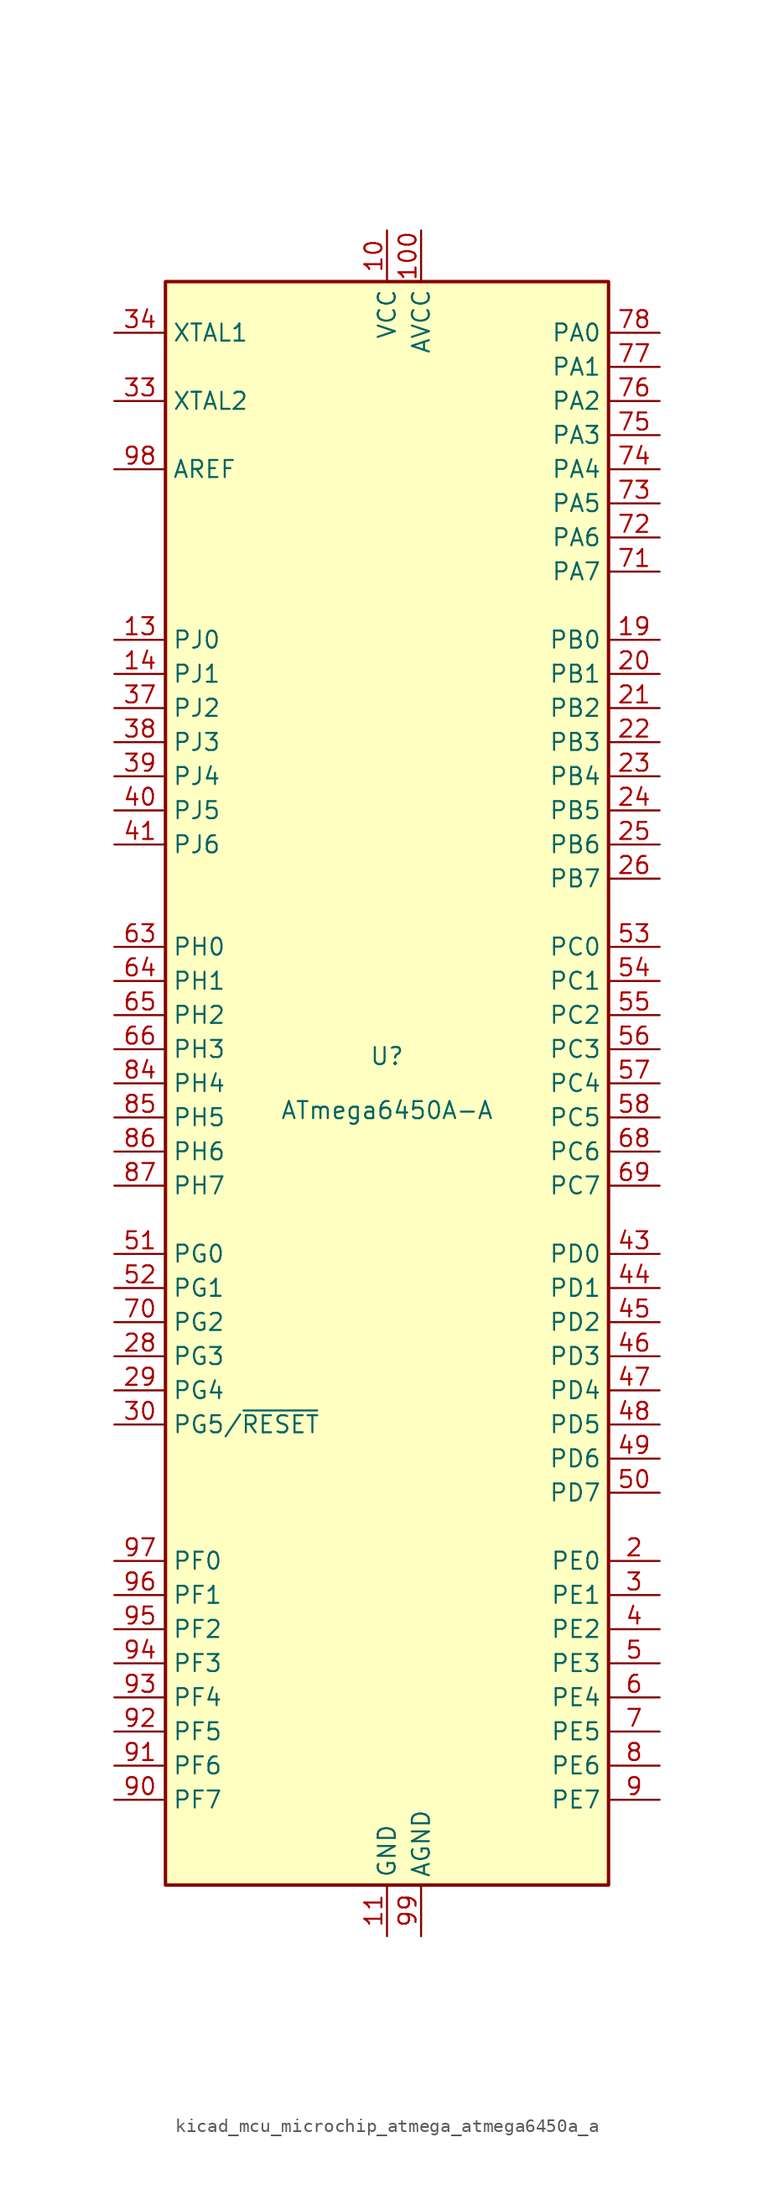
<source format=kicad_sym>
(kicad_symbol_lib
  (version 20220914)
  (generator kicad_symbol_editor)
  (symbol "kicad_mcu_microchip_atmega_atmega6450a_a"
    (property "Reference" "U"
      (at 0 1.27 0)
      (effects (font (size 1.27 1.27)) (justify bottom)))
    (property "Value" "ATmega6450A-A"
      (at 0 -1.27 0)
      (effects (font (size 1.27 1.27)) (justify top)))
    (symbol "kicad_mcu_microchip_atmega_atmega6450a_a_0_1"
      (rectangle (start -16.51 -59.69) (end 16.51 59.69) (stroke (width 0.254) (type default)) (fill (type background))))
    (symbol "kicad_mcu_microchip_atmega_atmega6450a_a_1_1"
      (pin no_connect line (at -15.24 40.64 0) (length 2.54) hide (name "NC" (effects (font (size 1.27 1.27)))) (number "1" (effects (font (size 1.27 1.27)))))
      (pin power_in line (at 0 63.5 270) (length 3.81) (name "VCC" (effects (font (size 1.27 1.27)))) (number "10" (effects (font (size 1.27 1.27)))))
      (pin power_in line (at 2.54 63.5 270) (length 3.81) (name "AVCC" (effects (font (size 1.27 1.27)))) (number "100" (effects (font (size 1.27 1.27)))))
      (pin power_in line (at 0 -63.5 90) (length 3.81) (name "GND" (effects (font (size 1.27 1.27)))) (number "11" (effects (font (size 1.27 1.27)))))
      (pin no_connect line (at -15.24 38.1 0) (length 2.54) hide (name "NC" (effects (font (size 1.27 1.27)))) (number "12" (effects (font (size 1.27 1.27)))))
      (pin bidirectional line (at -20.32 33.02 0) (length 3.81) (name "PJ0" (effects (font (size 1.27 1.27)))) (number "13" (effects (font (size 1.27 1.27)))))
      (pin bidirectional line (at -20.32 30.48 0) (length 3.81) (name "PJ1" (effects (font (size 1.27 1.27)))) (number "14" (effects (font (size 1.27 1.27)))))
      (pin no_connect line (at -15.24 35.56 0) (length 2.54) hide (name "NC" (effects (font (size 1.27 1.27)))) (number "15" (effects (font (size 1.27 1.27)))))
      (pin no_connect line (at -15.24 15.24 0) (length 2.54) hide (name "NC" (effects (font (size 1.27 1.27)))) (number "16" (effects (font (size 1.27 1.27)))))
      (pin no_connect line (at -15.24 12.7 0) (length 2.54) hide (name "NC" (effects (font (size 1.27 1.27)))) (number "17" (effects (font (size 1.27 1.27)))))
      (pin no_connect line (at -15.24 -10.16 0) (length 2.54) hide (name "NC" (effects (font (size 1.27 1.27)))) (number "18" (effects (font (size 1.27 1.27)))))
      (pin bidirectional line (at 20.32 33.02 180) (length 3.81) (name "PB0" (effects (font (size 1.27 1.27)))) (number "19" (effects (font (size 1.27 1.27)))))
      (pin bidirectional line (at 20.32 -35.56 180) (length 3.81) (name "PE0" (effects (font (size 1.27 1.27)))) (number "2" (effects (font (size 1.27 1.27)))))
      (pin bidirectional line (at 20.32 30.48 180) (length 3.81) (name "PB1" (effects (font (size 1.27 1.27)))) (number "20" (effects (font (size 1.27 1.27)))))
      (pin bidirectional line (at 20.32 27.94 180) (length 3.81) (name "PB2" (effects (font (size 1.27 1.27)))) (number "21" (effects (font (size 1.27 1.27)))))
      (pin bidirectional line (at 20.32 25.4 180) (length 3.81) (name "PB3" (effects (font (size 1.27 1.27)))) (number "22" (effects (font (size 1.27 1.27)))))
      (pin bidirectional line (at 20.32 22.86 180) (length 3.81) (name "PB4" (effects (font (size 1.27 1.27)))) (number "23" (effects (font (size 1.27 1.27)))))
      (pin bidirectional line (at 20.32 20.32 180) (length 3.81) (name "PB5" (effects (font (size 1.27 1.27)))) (number "24" (effects (font (size 1.27 1.27)))))
      (pin bidirectional line (at 20.32 17.78 180) (length 3.81) (name "PB6" (effects (font (size 1.27 1.27)))) (number "25" (effects (font (size 1.27 1.27)))))
      (pin bidirectional line (at 20.32 15.24 180) (length 3.81) (name "PB7" (effects (font (size 1.27 1.27)))) (number "26" (effects (font (size 1.27 1.27)))))
      (pin no_connect line (at -15.24 -27.94 0) (length 2.54) hide (name "NC" (effects (font (size 1.27 1.27)))) (number "27" (effects (font (size 1.27 1.27)))))
      (pin bidirectional line (at -20.32 -20.32 0) (length 3.81) (name "PG3" (effects (font (size 1.27 1.27)))) (number "28" (effects (font (size 1.27 1.27)))))
      (pin bidirectional line (at -20.32 -22.86 0) (length 3.81) (name "PG4" (effects (font (size 1.27 1.27)))) (number "29" (effects (font (size 1.27 1.27)))))
      (pin bidirectional line (at 20.32 -38.1 180) (length 3.81) (name "PE1" (effects (font (size 1.27 1.27)))) (number "3" (effects (font (size 1.27 1.27)))))
      (pin bidirectional line (at -20.32 -25.4 0) (length 3.81) (name "PG5/~{RESET}" (effects (font (size 1.27 1.27)))) (number "30" (effects (font (size 1.27 1.27)))))
      (pin passive line (at 0 63.5 270) (length 3.81) hide (name "VCC" (effects (font (size 1.27 1.27)))) (number "31" (effects (font (size 1.27 1.27)))))
      (pin passive line (at 0 -63.5 90) (length 3.81) hide (name "GND" (effects (font (size 1.27 1.27)))) (number "32" (effects (font (size 1.27 1.27)))))
      (pin output line (at -20.32 50.8 0) (length 3.81) (name "XTAL2" (effects (font (size 1.27 1.27)))) (number "33" (effects (font (size 1.27 1.27)))))
      (pin input line (at -20.32 55.88 0) (length 3.81) (name "XTAL1" (effects (font (size 1.27 1.27)))) (number "34" (effects (font (size 1.27 1.27)))))
      (pin no_connect line (at -15.24 -30.48 0) (length 2.54) hide (name "NC" (effects (font (size 1.27 1.27)))) (number "35" (effects (font (size 1.27 1.27)))))
      (pin no_connect line (at -15.24 -33.02 0) (length 2.54) hide (name "NC" (effects (font (size 1.27 1.27)))) (number "36" (effects (font (size 1.27 1.27)))))
      (pin bidirectional line (at -20.32 27.94 0) (length 3.81) (name "PJ2" (effects (font (size 1.27 1.27)))) (number "37" (effects (font (size 1.27 1.27)))))
      (pin bidirectional line (at -20.32 25.4 0) (length 3.81) (name "PJ3" (effects (font (size 1.27 1.27)))) (number "38" (effects (font (size 1.27 1.27)))))
      (pin bidirectional line (at -20.32 22.86 0) (length 3.81) (name "PJ4" (effects (font (size 1.27 1.27)))) (number "39" (effects (font (size 1.27 1.27)))))
      (pin bidirectional line (at 20.32 -40.64 180) (length 3.81) (name "PE2" (effects (font (size 1.27 1.27)))) (number "4" (effects (font (size 1.27 1.27)))))
      (pin bidirectional line (at -20.32 20.32 0) (length 3.81) (name "PJ5" (effects (font (size 1.27 1.27)))) (number "40" (effects (font (size 1.27 1.27)))))
      (pin bidirectional line (at -20.32 17.78 0) (length 3.81) (name "PJ6" (effects (font (size 1.27 1.27)))) (number "41" (effects (font (size 1.27 1.27)))))
      (pin no_connect line (at -15.24 -58.42 90) (length 2.54) hide (name "NC" (effects (font (size 1.27 1.27)))) (number "42" (effects (font (size 1.27 1.27)))))
      (pin bidirectional line (at 20.32 -12.7 180) (length 3.81) (name "PD0" (effects (font (size 1.27 1.27)))) (number "43" (effects (font (size 1.27 1.27)))))
      (pin bidirectional line (at 20.32 -15.24 180) (length 3.81) (name "PD1" (effects (font (size 1.27 1.27)))) (number "44" (effects (font (size 1.27 1.27)))))
      (pin bidirectional line (at 20.32 -17.78 180) (length 3.81) (name "PD2" (effects (font (size 1.27 1.27)))) (number "45" (effects (font (size 1.27 1.27)))))
      (pin bidirectional line (at 20.32 -20.32 180) (length 3.81) (name "PD3" (effects (font (size 1.27 1.27)))) (number "46" (effects (font (size 1.27 1.27)))))
      (pin bidirectional line (at 20.32 -22.86 180) (length 3.81) (name "PD4" (effects (font (size 1.27 1.27)))) (number "47" (effects (font (size 1.27 1.27)))))
      (pin bidirectional line (at 20.32 -25.4 180) (length 3.81) (name "PD5" (effects (font (size 1.27 1.27)))) (number "48" (effects (font (size 1.27 1.27)))))
      (pin bidirectional line (at 20.32 -27.94 180) (length 3.81) (name "PD6" (effects (font (size 1.27 1.27)))) (number "49" (effects (font (size 1.27 1.27)))))
      (pin bidirectional line (at 20.32 -43.18 180) (length 3.81) (name "PE3" (effects (font (size 1.27 1.27)))) (number "5" (effects (font (size 1.27 1.27)))))
      (pin bidirectional line (at 20.32 -30.48 180) (length 3.81) (name "PD7" (effects (font (size 1.27 1.27)))) (number "50" (effects (font (size 1.27 1.27)))))
      (pin bidirectional line (at -20.32 -12.7 0) (length 3.81) (name "PG0" (effects (font (size 1.27 1.27)))) (number "51" (effects (font (size 1.27 1.27)))))
      (pin bidirectional line (at -20.32 -15.24 0) (length 3.81) (name "PG1" (effects (font (size 1.27 1.27)))) (number "52" (effects (font (size 1.27 1.27)))))
      (pin bidirectional line (at 20.32 10.16 180) (length 3.81) (name "PC0" (effects (font (size 1.27 1.27)))) (number "53" (effects (font (size 1.27 1.27)))))
      (pin bidirectional line (at 20.32 7.62 180) (length 3.81) (name "PC1" (effects (font (size 1.27 1.27)))) (number "54" (effects (font (size 1.27 1.27)))))
      (pin bidirectional line (at 20.32 5.08 180) (length 3.81) (name "PC2" (effects (font (size 1.27 1.27)))) (number "55" (effects (font (size 1.27 1.27)))))
      (pin bidirectional line (at 20.32 2.54 180) (length 3.81) (name "PC3" (effects (font (size 1.27 1.27)))) (number "56" (effects (font (size 1.27 1.27)))))
      (pin bidirectional line (at 20.32 0 180) (length 3.81) (name "PC4" (effects (font (size 1.27 1.27)))) (number "57" (effects (font (size 1.27 1.27)))))
      (pin bidirectional line (at 20.32 -2.54 180) (length 3.81) (name "PC5" (effects (font (size 1.27 1.27)))) (number "58" (effects (font (size 1.27 1.27)))))
      (pin no_connect line (at -12.7 -58.42 90) (length 2.54) hide (name "NC" (effects (font (size 1.27 1.27)))) (number "59" (effects (font (size 1.27 1.27)))))
      (pin bidirectional line (at 20.32 -45.72 180) (length 3.81) (name "PE4" (effects (font (size 1.27 1.27)))) (number "6" (effects (font (size 1.27 1.27)))))
      (pin no_connect line (at -10.16 -58.42 90) (length 2.54) hide (name "NC" (effects (font (size 1.27 1.27)))) (number "60" (effects (font (size 1.27 1.27)))))
      (pin no_connect line (at -7.62 -58.42 90) (length 2.54) hide (name "NC" (effects (font (size 1.27 1.27)))) (number "61" (effects (font (size 1.27 1.27)))))
      (pin no_connect line (at -5.08 -58.42 90) (length 2.54) hide (name "NC" (effects (font (size 1.27 1.27)))) (number "62" (effects (font (size 1.27 1.27)))))
      (pin bidirectional line (at -20.32 10.16 0) (length 3.81) (name "PH0" (effects (font (size 1.27 1.27)))) (number "63" (effects (font (size 1.27 1.27)))))
      (pin bidirectional line (at -20.32 7.62 0) (length 3.81) (name "PH1" (effects (font (size 1.27 1.27)))) (number "64" (effects (font (size 1.27 1.27)))))
      (pin bidirectional line (at -20.32 5.08 0) (length 3.81) (name "PH2" (effects (font (size 1.27 1.27)))) (number "65" (effects (font (size 1.27 1.27)))))
      (pin bidirectional line (at -20.32 2.54 0) (length 3.81) (name "PH3" (effects (font (size 1.27 1.27)))) (number "66" (effects (font (size 1.27 1.27)))))
      (pin no_connect line (at -2.54 -58.42 90) (length 2.54) hide (name "NC" (effects (font (size 1.27 1.27)))) (number "67" (effects (font (size 1.27 1.27)))))
      (pin bidirectional line (at 20.32 -5.08 180) (length 3.81) (name "PC6" (effects (font (size 1.27 1.27)))) (number "68" (effects (font (size 1.27 1.27)))))
      (pin bidirectional line (at 20.32 -7.62 180) (length 3.81) (name "PC7" (effects (font (size 1.27 1.27)))) (number "69" (effects (font (size 1.27 1.27)))))
      (pin bidirectional line (at 20.32 -48.26 180) (length 3.81) (name "PE5" (effects (font (size 1.27 1.27)))) (number "7" (effects (font (size 1.27 1.27)))))
      (pin bidirectional line (at -20.32 -17.78 0) (length 3.81) (name "PG2" (effects (font (size 1.27 1.27)))) (number "70" (effects (font (size 1.27 1.27)))))
      (pin bidirectional line (at 20.32 38.1 180) (length 3.81) (name "PA7" (effects (font (size 1.27 1.27)))) (number "71" (effects (font (size 1.27 1.27)))))
      (pin bidirectional line (at 20.32 40.64 180) (length 3.81) (name "PA6" (effects (font (size 1.27 1.27)))) (number "72" (effects (font (size 1.27 1.27)))))
      (pin bidirectional line (at 20.32 43.18 180) (length 3.81) (name "PA5" (effects (font (size 1.27 1.27)))) (number "73" (effects (font (size 1.27 1.27)))))
      (pin bidirectional line (at 20.32 45.72 180) (length 3.81) (name "PA4" (effects (font (size 1.27 1.27)))) (number "74" (effects (font (size 1.27 1.27)))))
      (pin bidirectional line (at 20.32 48.26 180) (length 3.81) (name "PA3" (effects (font (size 1.27 1.27)))) (number "75" (effects (font (size 1.27 1.27)))))
      (pin bidirectional line (at 20.32 50.8 180) (length 3.81) (name "PA2" (effects (font (size 1.27 1.27)))) (number "76" (effects (font (size 1.27 1.27)))))
      (pin bidirectional line (at 20.32 53.34 180) (length 3.81) (name "PA1" (effects (font (size 1.27 1.27)))) (number "77" (effects (font (size 1.27 1.27)))))
      (pin bidirectional line (at 20.32 55.88 180) (length 3.81) (name "PA0" (effects (font (size 1.27 1.27)))) (number "78" (effects (font (size 1.27 1.27)))))
      (pin no_connect line (at 5.08 -58.42 90) (length 2.54) hide (name "NC" (effects (font (size 1.27 1.27)))) (number "79" (effects (font (size 1.27 1.27)))))
      (pin bidirectional line (at 20.32 -50.8 180) (length 3.81) (name "PE6" (effects (font (size 1.27 1.27)))) (number "8" (effects (font (size 1.27 1.27)))))
      (pin passive line (at 0 63.5 270) (length 3.81) hide (name "VCC" (effects (font (size 1.27 1.27)))) (number "80" (effects (font (size 1.27 1.27)))))
      (pin passive line (at 0 -63.5 90) (length 3.81) hide (name "GND" (effects (font (size 1.27 1.27)))) (number "81" (effects (font (size 1.27 1.27)))))
      (pin no_connect line (at 7.62 -58.42 90) (length 2.54) hide (name "NC" (effects (font (size 1.27 1.27)))) (number "82" (effects (font (size 1.27 1.27)))))
      (pin no_connect line (at 10.16 -58.42 90) (length 2.54) hide (name "NC" (effects (font (size 1.27 1.27)))) (number "83" (effects (font (size 1.27 1.27)))))
      (pin bidirectional line (at -20.32 0 0) (length 3.81) (name "PH4" (effects (font (size 1.27 1.27)))) (number "84" (effects (font (size 1.27 1.27)))))
      (pin bidirectional line (at -20.32 -2.54 0) (length 3.81) (name "PH5" (effects (font (size 1.27 1.27)))) (number "85" (effects (font (size 1.27 1.27)))))
      (pin bidirectional line (at -20.32 -5.08 0) (length 3.81) (name "PH6" (effects (font (size 1.27 1.27)))) (number "86" (effects (font (size 1.27 1.27)))))
      (pin bidirectional line (at -20.32 -7.62 0) (length 3.81) (name "PH7" (effects (font (size 1.27 1.27)))) (number "87" (effects (font (size 1.27 1.27)))))
      (pin no_connect line (at 12.7 -58.42 90) (length 2.54) hide (name "NC" (effects (font (size 1.27 1.27)))) (number "88" (effects (font (size 1.27 1.27)))))
      (pin no_connect line (at 15.24 -58.42 90) (length 2.54) hide (name "NC" (effects (font (size 1.27 1.27)))) (number "89" (effects (font (size 1.27 1.27)))))
      (pin bidirectional line (at 20.32 -53.34 180) (length 3.81) (name "PE7" (effects (font (size 1.27 1.27)))) (number "9" (effects (font (size 1.27 1.27)))))
      (pin bidirectional line (at -20.32 -53.34 0) (length 3.81) (name "PF7" (effects (font (size 1.27 1.27)))) (number "90" (effects (font (size 1.27 1.27)))))
      (pin bidirectional line (at -20.32 -50.8 0) (length 3.81) (name "PF6" (effects (font (size 1.27 1.27)))) (number "91" (effects (font (size 1.27 1.27)))))
      (pin bidirectional line (at -20.32 -48.26 0) (length 3.81) (name "PF5" (effects (font (size 1.27 1.27)))) (number "92" (effects (font (size 1.27 1.27)))))
      (pin bidirectional line (at -20.32 -45.72 0) (length 3.81) (name "PF4" (effects (font (size 1.27 1.27)))) (number "93" (effects (font (size 1.27 1.27)))))
      (pin bidirectional line (at -20.32 -43.18 0) (length 3.81) (name "PF3" (effects (font (size 1.27 1.27)))) (number "94" (effects (font (size 1.27 1.27)))))
      (pin bidirectional line (at -20.32 -40.64 0) (length 3.81) (name "PF2" (effects (font (size 1.27 1.27)))) (number "95" (effects (font (size 1.27 1.27)))))
      (pin bidirectional line (at -20.32 -38.1 0) (length 3.81) (name "PF1" (effects (font (size 1.27 1.27)))) (number "96" (effects (font (size 1.27 1.27)))))
      (pin bidirectional line (at -20.32 -35.56 0) (length 3.81) (name "PF0" (effects (font (size 1.27 1.27)))) (number "97" (effects (font (size 1.27 1.27)))))
      (pin passive line (at -20.32 45.72 0) (length 3.81) (name "AREF" (effects (font (size 1.27 1.27)))) (number "98" (effects (font (size 1.27 1.27)))))
      (pin power_in line (at 2.54 -63.5 90) (length 3.81) (name "AGND" (effects (font (size 1.27 1.27)))) (number "99" (effects (font (size 1.27 1.27))))))))
</source>
